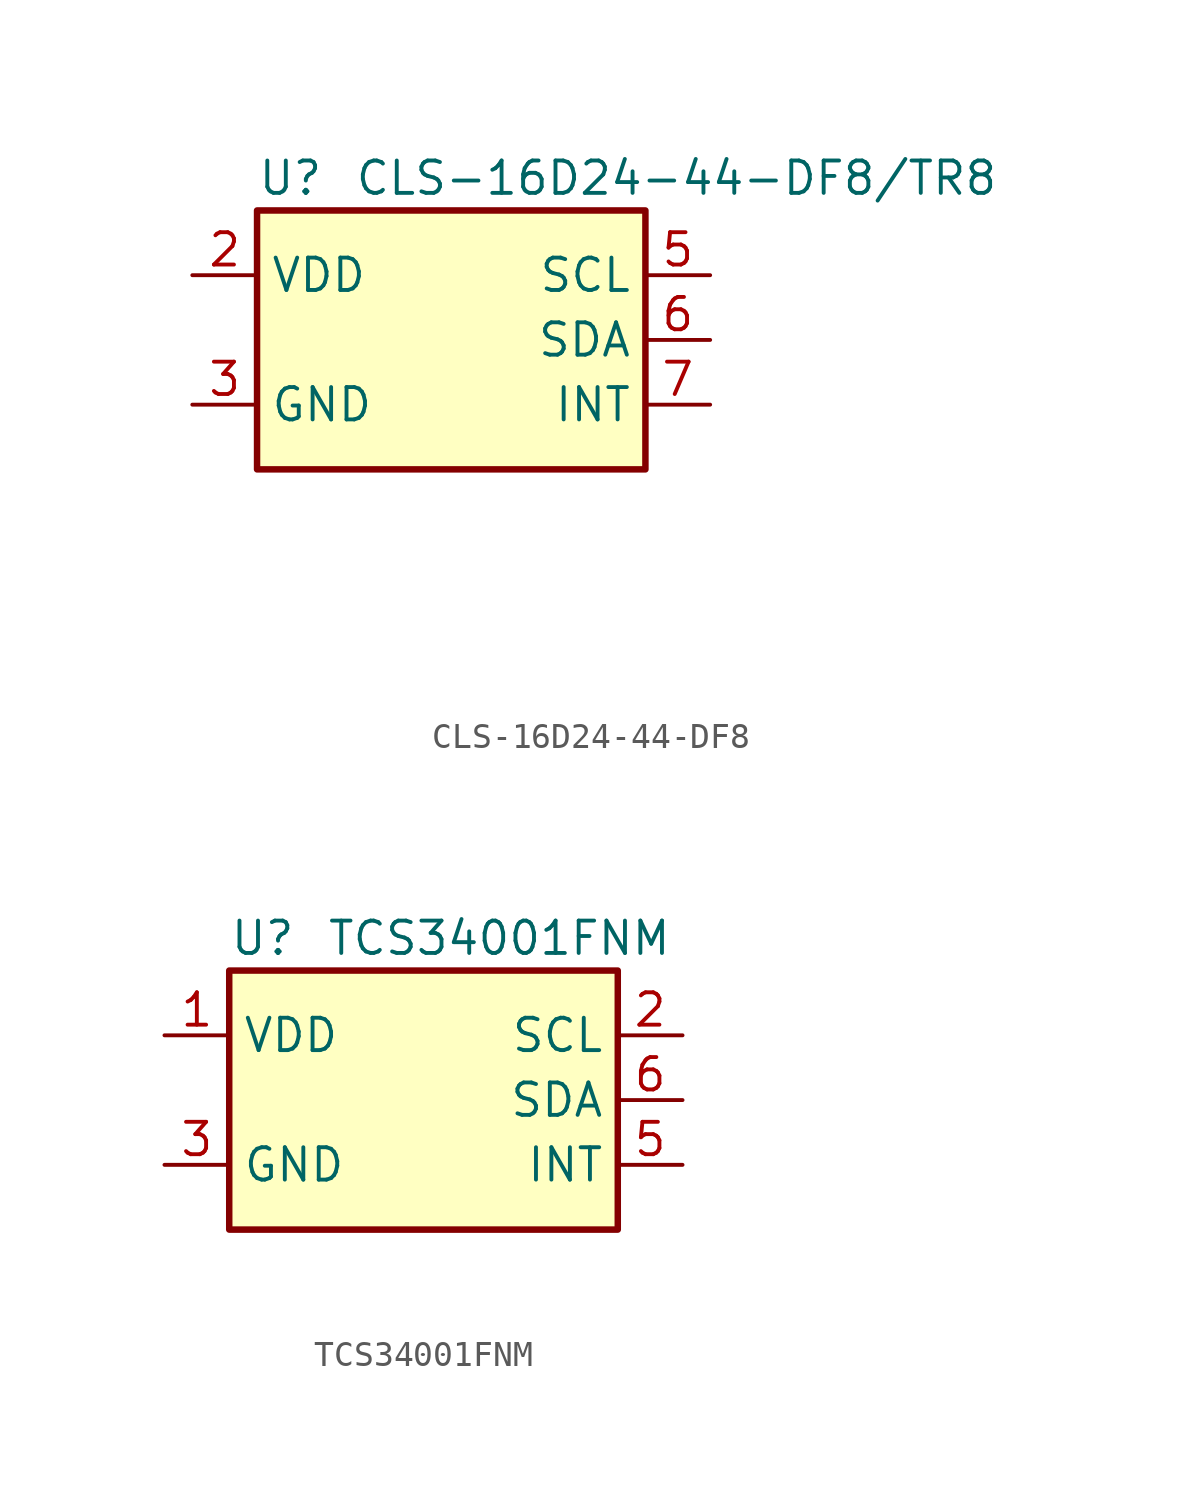
<source format=kicad_sym>
(kicad_symbol_lib
  (version 20220914)
  (generator kicad_symbol_editor)
  (symbol "CLS-16D24-44-DF8"
    (property "Reference" "U"
      (at -7.62 6.35 0)
      (effects (font (size 1.27 1.27)) (justify left)))
    (property "Value" "CLS-16D24-44-DF8/TR8"
      (at -3.81 6.35 0)
      (effects (font (size 1.27 1.27)) (justify left)))
    (symbol "CLS-16D24-44-DF8_0_1"
      (rectangle (start -7.62 5.08) (end 7.62 -5.08) (stroke (width 0.254) (type default)) (fill (type background))))
    (symbol "CLS-16D24-44-DF8_1_1"
      (pin no_connect line (at 2.54 -7.62 180) (length 2.54) hide (name "NC" (effects (font (size 1.27 1.27)))) (number "1" (effects (font (size 1.27 1.27)))))
      (pin power_in line (at -10.16 2.54 0) (length 2.54) (name "VDD" (effects (font (size 1.27 1.27)))) (number "2" (effects (font (size 1.27 1.27)))))
      (pin power_in line (at -10.16 -2.54 0) (length 2.54) (name "GND" (effects (font (size 1.27 1.27)))) (number "3" (effects (font (size 1.27 1.27)))))
      (pin no_connect line (at 2.54 -10.16 180) (length 2.54) hide (name "NC" (effects (font (size 1.27 1.27)))) (number "4" (effects (font (size 1.27 1.27)))))
      (pin bidirectional line (at 10.16 2.54 180) (length 2.54) (name "SCL" (effects (font (size 1.27 1.27)))) (number "5" (effects (font (size 1.27 1.27)))))
      (pin bidirectional line (at 10.16 0 180) (length 2.54) (name "SDA" (effects (font (size 1.27 1.27)))) (number "6" (effects (font (size 1.27 1.27)))))
      (pin output line (at 10.16 -2.54 180) (length 2.54) (name "INT" (effects (font (size 1.27 1.27)))) (number "7" (effects (font (size 1.27 1.27)))))
      (pin no_connect line (at 2.54 -12.7 180) (length 2.54) hide (name "NC" (effects (font (size 1.27 1.27)))) (number "8" (effects (font (size 1.27 1.27)))))))
  (symbol "TCS34001FNM"
    (property "Reference" "U"
      (at -7.62 6.35 0)
      (effects (font (size 1.27 1.27)) (justify left)))
    (property "Value" "TCS34001FNM"
      (at -3.81 6.35 0)
      (effects (font (size 1.27 1.27)) (justify left)))
    (symbol "TCS34001FNM_0_1"
      (rectangle (start -7.62 5.08) (end 7.62 -5.08) (stroke (width 0.254) (type default)) (fill (type background))))
    (symbol "TCS34001FNM_1_1"
      (pin power_in line (at -10.16 2.54 0) (length 2.54) (name "VDD" (effects (font (size 1.27 1.27)))) (number "1" (effects (font (size 1.27 1.27)))))
      (pin bidirectional line (at 10.16 2.54 180) (length 2.54) (name "SCL" (effects (font (size 1.27 1.27)))) (number "2" (effects (font (size 1.27 1.27)))))
      (pin power_in line (at -10.16 -2.54 0) (length 2.54) (name "GND" (effects (font (size 1.27 1.27)))) (number "3" (effects (font (size 1.27 1.27)))))
      (pin no_connect line (at 2.54 -7.62 180) (length 2.54) hide (name "NC" (effects (font (size 1.27 1.27)))) (number "4" (effects (font (size 1.27 1.27)))))
      (pin output line (at 10.16 -2.54 180) (length 2.54) (name "INT" (effects (font (size 1.27 1.27)))) (number "5" (effects (font (size 1.27 1.27)))))
      (pin bidirectional line (at 10.16 0 180) (length 2.54) (name "SDA" (effects (font (size 1.27 1.27)))) (number "6" (effects (font (size 1.27 1.27))))))))
</source>
